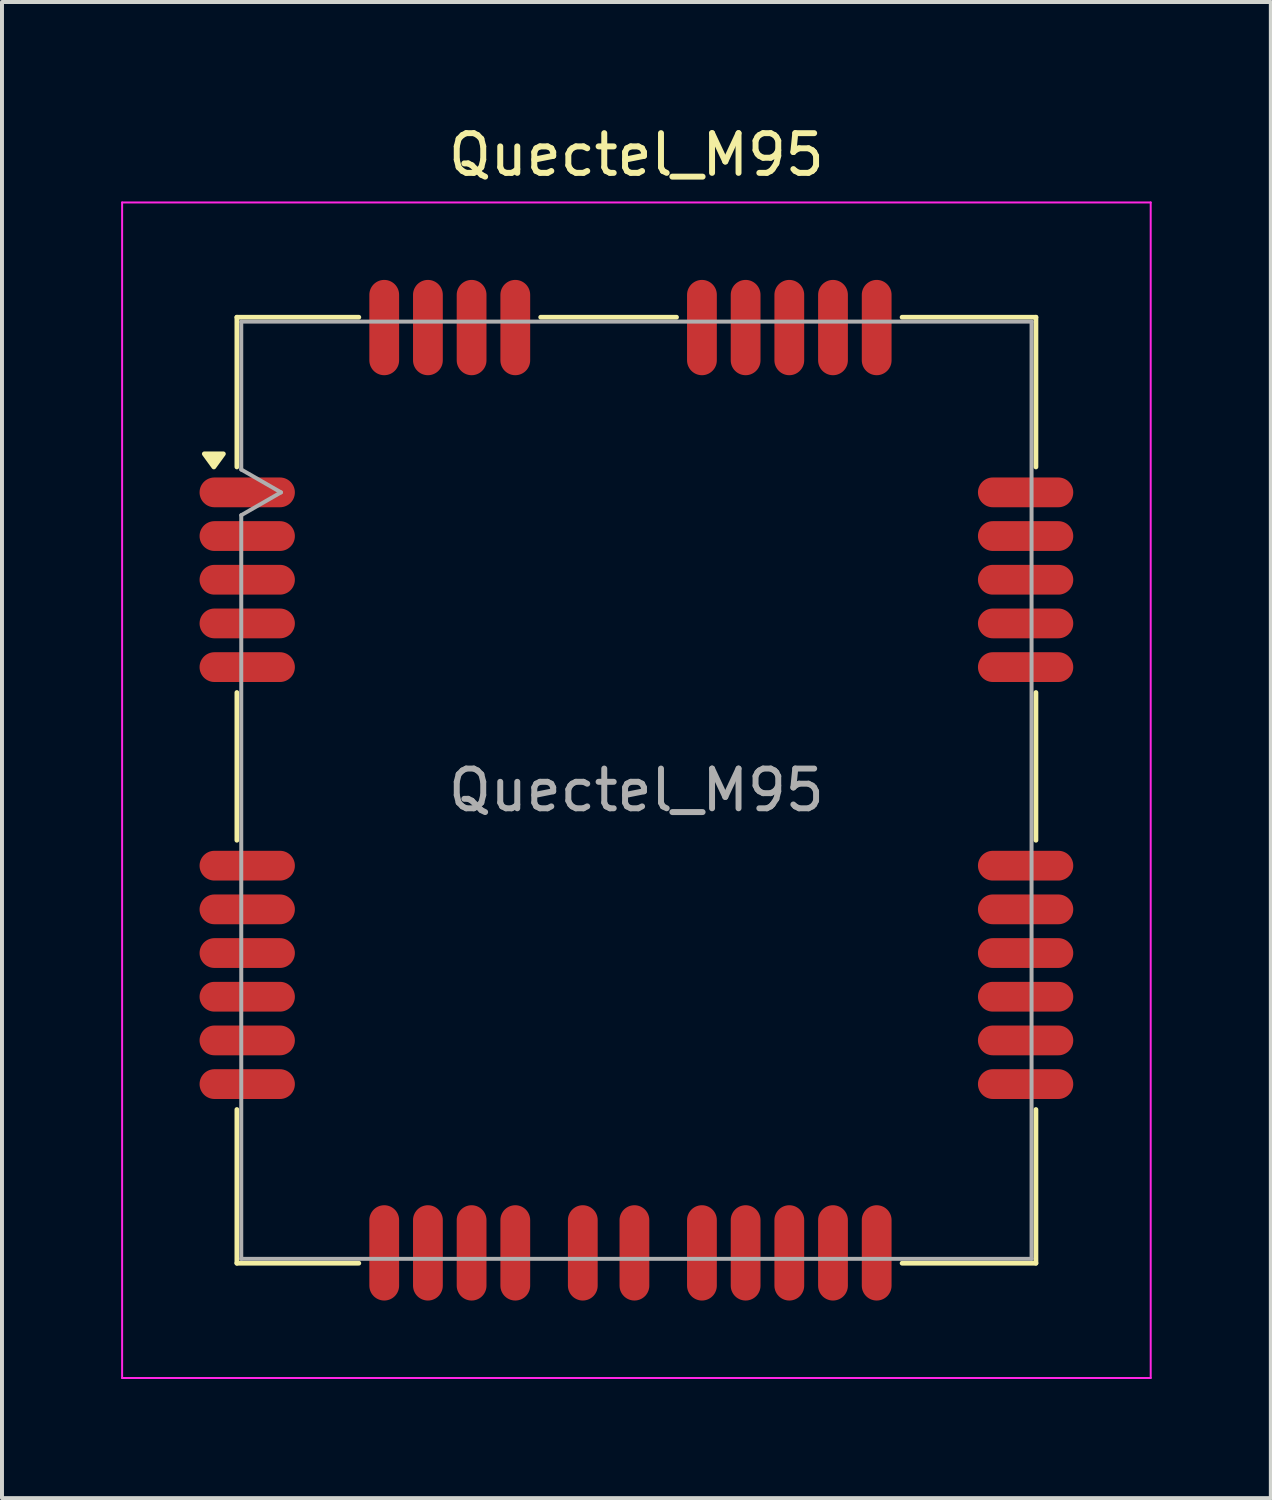
<source format=kicad_pcb>
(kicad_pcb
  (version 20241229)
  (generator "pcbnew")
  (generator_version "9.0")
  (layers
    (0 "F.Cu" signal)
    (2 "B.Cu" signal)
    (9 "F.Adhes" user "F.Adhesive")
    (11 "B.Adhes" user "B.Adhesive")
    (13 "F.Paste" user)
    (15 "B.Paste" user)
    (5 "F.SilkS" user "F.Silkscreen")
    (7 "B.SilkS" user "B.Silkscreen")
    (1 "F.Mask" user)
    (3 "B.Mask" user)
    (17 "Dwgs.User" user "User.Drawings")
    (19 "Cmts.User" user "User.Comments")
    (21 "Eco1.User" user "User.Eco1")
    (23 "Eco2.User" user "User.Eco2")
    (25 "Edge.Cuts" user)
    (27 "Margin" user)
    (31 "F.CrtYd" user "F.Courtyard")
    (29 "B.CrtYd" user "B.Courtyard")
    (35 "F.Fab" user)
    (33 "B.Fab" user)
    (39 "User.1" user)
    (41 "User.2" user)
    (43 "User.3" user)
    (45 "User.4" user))
  (footprint "Quectel_M95"
    (layer "F.Cu")
    (at 12.975 16.848)
    (property "Reference" "Quectel_M95" (at 0 -16 0) (layer "F.SilkS") (effects (font (size 1 1) (thickness 0.15))))
    (attr smd)
    (fp_line (start -10.06 -11.91) (end -6.99 -11.91) (stroke (width 0.12) (type solid)) (layer "F.SilkS"))
    (fp_line (start -10.06 -8.14) (end -10.06 -11.91) (stroke (width 0.12) (type solid)) (layer "F.SilkS"))
    (fp_line (start -10.06 -2.46) (end -10.06 1.26) (stroke (width 0.12) (type solid)) (layer "F.SilkS"))
    (fp_line (start -10.06 11.91) (end -10.06 8.04) (stroke (width 0.12) (type solid)) (layer "F.SilkS"))
    (fp_line (start -10.06 11.91) (end -6.99 11.91) (stroke (width 0.12) (type solid)) (layer "F.SilkS"))
    (fp_line (start -2.41 -11.91) (end 1.01 -11.91) (stroke (width 0.12) (type solid)) (layer "F.SilkS"))
    (fp_line (start 6.69 -11.91) (end 10.06 -11.91) (stroke (width 0.12) (type solid)) (layer "F.SilkS"))
    (fp_line (start 6.69 11.91) (end 10.06 11.91) (stroke (width 0.12) (type solid)) (layer "F.SilkS"))
    (fp_line (start 10.06 -8.14) (end 10.06 -11.91) (stroke (width 0.12) (type solid)) (layer "F.SilkS"))
    (fp_line (start 10.06 -2.46) (end 10.06 1.26) (stroke (width 0.12) (type solid)) (layer "F.SilkS"))
    (fp_line (start 10.06 11.91) (end 10.06 8.04) (stroke (width 0.12) (type solid)) (layer "F.SilkS"))
    (fp_poly (pts (xy -10.64 -8.14) (xy -10.88 -8.47) (xy -10.4 -8.47) (xy -10.64 -8.14)) (stroke (width 0.12) (type solid)) (fill yes) (layer "F.SilkS"))
    (fp_line (start -12.95 -14.8) (end -12.95 14.8) (stroke (width 0.05) (type solid)) (layer "F.CrtYd"))
    (fp_line (start -12.95 -14.8) (end 12.95 -14.8) (stroke (width 0.05) (type solid)) (layer "F.CrtYd"))
    (fp_line (start -12.95 14.8) (end 12.95 14.8) (stroke (width 0.05) (type solid)) (layer "F.CrtYd"))
    (fp_line (start 12.95 -14.8) (end 12.95 14.8) (stroke (width 0.05) (type solid)) (layer "F.CrtYd"))
    (fp_line (start -9.95 -11.8) (end -9.95 -8.075) (stroke (width 0.1) (type solid)) (layer "F.Fab"))
    (fp_line (start -9.95 -11.8) (end 9.95 -11.8) (stroke (width 0.1) (type solid)) (layer "F.Fab"))
    (fp_line (start -9.95 -8.075) (end -8.95 -7.5) (stroke (width 0.1) (type solid)) (layer "F.Fab"))
    (fp_line (start -9.95 -6.925) (end -9.95 11.8) (stroke (width 0.1) (type solid)) (layer "F.Fab"))
    (fp_line (start -8.95 -7.5) (end -9.95 -6.925) (stroke (width 0.1) (type solid)) (layer "F.Fab"))
    (fp_line (start 9.95 -11.8) (end 9.95 11.8) (stroke (width 0.1) (type solid)) (layer "F.Fab"))
    (fp_line (start 9.95 11.8) (end -9.95 11.8) (stroke (width 0.1) (type solid)) (layer "F.Fab"))
    (fp_text user "${REFERENCE}" (at 0 0 0) (layer "F.Fab") (effects (font (size 1 1) (thickness 0.15))))
    (pad "" smd oval (at -10.1 -7.5) (size 2.8 0.675) (layers "F.Paste"))
    (pad "" smd oval (at -10.1 -6.4) (size 2.8 0.675) (layers "F.Paste"))
    (pad "" smd oval (at -10.1 -5.3) (size 2.8 0.675) (layers "F.Paste"))
    (pad "" smd oval (at -10.1 -4.2) (size 2.8 0.675) (layers "F.Paste"))
    (pad "" smd oval (at -10.1 -3.1) (size 2.8 0.675) (layers "F.Paste"))
    (pad "" smd oval (at -10.1 1.9) (size 2.8 0.675) (layers "F.Paste"))
    (pad "" smd oval (at -10.1 3) (size 2.8 0.675) (layers "F.Paste"))
    (pad "" smd oval (at -10.1 4.1) (size 2.8 0.675) (layers "F.Paste"))
    (pad "" smd oval (at -10.1 5.2) (size 2.8 0.675) (layers "F.Paste"))
    (pad "" smd oval (at -10.1 6.3) (size 2.8 0.675) (layers "F.Paste"))
    (pad "" smd oval (at -10.1 7.4) (size 2.8 0.675) (layers "F.Paste"))
    (pad "" smd oval (at -6.35 -11.95) (size 0.675 2.8) (layers "F.Paste"))
    (pad "" smd oval (at -6.35 11.95) (size 0.675 2.8) (layers "F.Paste"))
    (pad "" smd oval (at -5.25 -11.95) (size 0.675 2.8) (layers "F.Paste"))
    (pad "" smd oval (at -5.25 11.95) (size 0.675 2.8) (layers "F.Paste"))
    (pad "" smd oval (at -4.15 -11.95) (size 0.675 2.8) (layers "F.Paste"))
    (pad "" smd oval (at -4.15 11.95) (size 0.675 2.8) (layers "F.Paste"))
    (pad "" smd oval (at -3.05 -11.95) (size 0.675 2.8) (layers "F.Paste"))
    (pad "" smd oval (at -3.05 11.95) (size 0.675 2.8) (layers "F.Paste"))
    (pad "" smd oval (at -1.35 11.95) (size 0.675 2.8) (layers "F.Paste"))
    (pad "" smd oval (at -0.05 11.95) (size 0.675 2.8) (layers "F.Paste"))
    (pad "" smd oval (at 1.65 -11.95) (size 0.675 2.8) (layers "F.Paste"))
    (pad "" smd oval (at 1.65 11.95) (size 0.675 2.8) (layers "F.Paste"))
    (pad "" smd oval (at 2.75 -11.95) (size 0.675 2.8) (layers "F.Paste"))
    (pad "" smd oval (at 2.75 11.95) (size 0.675 2.8) (layers "F.Paste"))
    (pad "" smd oval (at 3.85 -11.95) (size 0.675 2.8) (layers "F.Paste"))
    (pad "" smd oval (at 3.85 11.95) (size 0.675 2.8) (layers "F.Paste"))
    (pad "" smd oval (at 4.95 -11.95) (size 0.675 2.8) (layers "F.Paste"))
    (pad "" smd oval (at 4.95 11.95) (size 0.675 2.8) (layers "F.Paste"))
    (pad "" smd oval (at 6.05 -11.95) (size 0.675 2.8) (layers "F.Paste"))
    (pad "" smd oval (at 6.05 11.95) (size 0.675 2.8) (layers "F.Paste"))
    (pad "" smd oval (at 10.1 -7.5) (size 2.8 0.675) (layers "F.Paste"))
    (pad "" smd oval (at 10.1 -6.4) (size 2.8 0.675) (layers "F.Paste"))
    (pad "" smd oval (at 10.1 -5.3) (size 2.8 0.675) (layers "F.Paste"))
    (pad "" smd oval (at 10.1 -4.2) (size 2.8 0.675) (layers "F.Paste"))
    (pad "" smd oval (at 10.1 -3.1) (size 2.8 0.675) (layers "F.Paste"))
    (pad "" smd oval (at 10.1 1.9) (size 2.8 0.675) (layers "F.Paste"))
    (pad "" smd oval (at 10.1 3) (size 2.8 0.675) (layers "F.Paste"))
    (pad "" smd oval (at 10.1 4.1) (size 2.8 0.675) (layers "F.Paste"))
    (pad "" smd oval (at 10.1 5.2) (size 2.8 0.675) (layers "F.Paste"))
    (pad "" smd oval (at 10.1 6.3) (size 2.8 0.675) (layers "F.Paste"))
    (pad "" smd oval (at 10.1 7.4) (size 2.8 0.675) (layers "F.Paste"))
    (pad "1" smd oval (at -9.8 -7.5) (size 2.4 0.75) (layers "F.Cu" "F.Mask"))
    (pad "2" smd oval (at -9.8 -6.4) (size 2.4 0.75) (layers "F.Cu" "F.Mask"))
    (pad "3" smd oval (at -9.8 -5.3) (size 2.4 0.75) (layers "F.Cu" "F.Mask"))
    (pad "4" smd oval (at -9.8 -4.2) (size 2.4 0.75) (layers "F.Cu" "F.Mask"))
    (pad "5" smd oval (at -9.8 -3.1) (size 2.4 0.75) (layers "F.Cu" "F.Mask"))
    (pad "6" smd oval (at -9.8 1.9) (size 2.4 0.75) (layers "F.Cu" "F.Mask"))
    (pad "7" smd oval (at -9.8 3) (size 2.4 0.75) (layers "F.Cu" "F.Mask"))
    (pad "8" smd oval (at -9.8 4.1) (size 2.4 0.75) (layers "F.Cu" "F.Mask"))
    (pad "9" smd oval (at -9.8 5.2) (size 2.4 0.75) (layers "F.Cu" "F.Mask"))
    (pad "10" smd oval (at -9.8 6.3) (size 2.4 0.75) (layers "F.Cu" "F.Mask"))
    (pad "11" smd oval (at -9.8 7.4) (size 2.4 0.75) (layers "F.Cu" "F.Mask"))
    (pad "12" smd oval (at -6.35 11.65) (size 0.75 2.4) (layers "F.Cu" "F.Mask"))
    (pad "13" smd oval (at -5.25 11.65) (size 0.75 2.4) (layers "F.Cu" "F.Mask"))
    (pad "14" smd oval (at -4.15 11.65) (size 0.75 2.4) (layers "F.Cu" "F.Mask"))
    (pad "15" smd oval (at -3.05 11.65) (size 0.75 2.4) (layers "F.Cu" "F.Mask"))
    (pad "16" smd oval (at 1.65 11.65) (size 0.75 2.4) (layers "F.Cu" "F.Mask"))
    (pad "17" smd oval (at 2.75 11.65) (size 0.75 2.4) (layers "F.Cu" "F.Mask"))
    (pad "18" smd oval (at 3.85 11.65) (size 0.75 2.4) (layers "F.Cu" "F.Mask"))
    (pad "19" smd oval (at 4.95 11.65) (size 0.75 2.4) (layers "F.Cu" "F.Mask"))
    (pad "20" smd oval (at 6.05 11.65) (size 0.75 2.4) (layers "F.Cu" "F.Mask"))
    (pad "21" smd oval (at 9.8 7.4) (size 2.4 0.75) (layers "F.Cu" "F.Mask"))
    (pad "22" smd oval (at 9.8 6.3) (size 2.4 0.75) (layers "F.Cu" "F.Mask"))
    (pad "23" smd oval (at 9.8 5.2) (size 2.4 0.75) (layers "F.Cu" "F.Mask"))
    (pad "24" smd oval (at 9.8 4.1) (size 2.4 0.75) (layers "F.Cu" "F.Mask"))
    (pad "25" smd oval (at 9.8 3) (size 2.4 0.75) (layers "F.Cu" "F.Mask"))
    (pad "26" smd oval (at 9.8 1.9) (size 2.4 0.75) (layers "F.Cu" "F.Mask"))
    (pad "27" smd oval (at 9.8 -3.1) (size 2.4 0.75) (layers "F.Cu" "F.Mask"))
    (pad "28" smd oval (at 9.8 -4.2) (size 2.4 0.75) (layers "F.Cu" "F.Mask"))
    (pad "29" smd oval (at 9.8 -5.3) (size 2.4 0.75) (layers "F.Cu" "F.Mask"))
    (pad "30" smd oval (at 9.8 -6.4) (size 2.4 0.75) (layers "F.Cu" "F.Mask"))
    (pad "31" smd oval (at 9.8 -7.5) (size 2.4 0.75) (layers "F.Cu" "F.Mask"))
    (pad "32" smd oval (at 6.05 -11.65) (size 0.75 2.4) (layers "F.Cu" "F.Mask"))
    (pad "33" smd oval (at 4.95 -11.65) (size 0.75 2.4) (layers "F.Cu" "F.Mask"))
    (pad "34" smd oval (at 3.85 -11.65) (size 0.75 2.4) (layers "F.Cu" "F.Mask"))
    (pad "35" smd oval (at 2.75 -11.65) (size 0.75 2.4) (layers "F.Cu" "F.Mask"))
    (pad "36" smd oval (at 1.65 -11.65) (size 0.75 2.4) (layers "F.Cu" "F.Mask"))
    (pad "37" smd oval (at -3.05 -11.65) (size 0.75 2.4) (layers "F.Cu" "F.Mask"))
    (pad "38" smd oval (at -4.15 -11.65) (size 0.75 2.4) (layers "F.Cu" "F.Mask"))
    (pad "39" smd oval (at -5.25 -11.65) (size 0.75 2.4) (layers "F.Cu" "F.Mask"))
    (pad "40" smd oval (at -6.35 -11.65) (size 0.75 2.4) (layers "F.Cu" "F.Mask"))
    (pad "41" smd oval (at -1.35 11.65) (size 0.75 2.4) (layers "F.Cu" "F.Mask"))
    (pad "42" smd oval (at -0.05 11.65) (size 0.75 2.4) (layers "F.Cu" "F.Mask")))
  (gr_rect
    (start -3 -3)
    (end 28.95 34.673)
    (stroke (width 0.1) (type default))
    (fill no)
    (layer "Edge.Cuts")))
</source>
